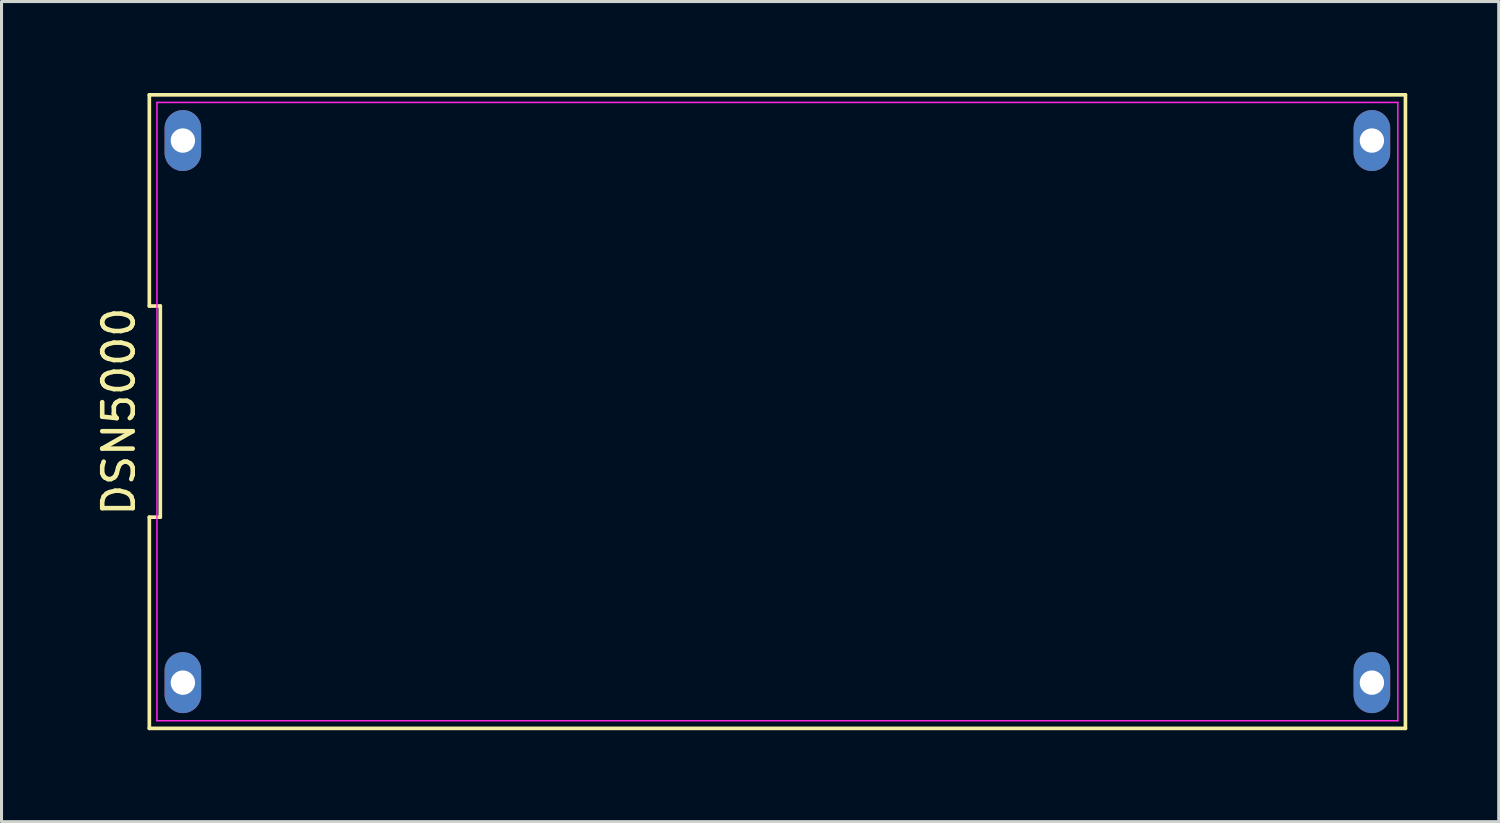
<source format=kicad_pcb>
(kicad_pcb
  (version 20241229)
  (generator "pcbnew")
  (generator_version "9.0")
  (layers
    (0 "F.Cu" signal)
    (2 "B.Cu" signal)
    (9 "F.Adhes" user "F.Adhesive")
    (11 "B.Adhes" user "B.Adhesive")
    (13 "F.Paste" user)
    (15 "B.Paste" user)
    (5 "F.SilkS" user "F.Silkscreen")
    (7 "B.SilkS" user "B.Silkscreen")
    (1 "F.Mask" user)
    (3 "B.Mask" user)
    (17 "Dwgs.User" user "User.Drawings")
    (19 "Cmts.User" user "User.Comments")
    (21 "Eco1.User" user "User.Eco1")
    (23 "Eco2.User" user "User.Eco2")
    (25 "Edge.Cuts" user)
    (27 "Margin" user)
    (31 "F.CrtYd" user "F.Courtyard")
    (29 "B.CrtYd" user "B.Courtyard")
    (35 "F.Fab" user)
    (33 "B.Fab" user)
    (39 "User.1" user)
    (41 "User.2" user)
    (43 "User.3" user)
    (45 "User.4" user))
  (footprint "DSN5000"
    (layer "F.Cu")
    (at 22.448 10.45)
    (property "Reference" "DSN5000" (at -21.6 0 90) (layer "F.SilkS") (effects (font (size 1 1) (thickness 0.15))))
    (attr through_hole)
    (fp_line (start -20.6 -10.39) (end -20.6 -3.463) (stroke (width 0.12) (type solid)) (layer "F.SilkS"))
    (fp_line (start -20.6 -3.463) (end -20.24 -3.463) (stroke (width 0.12) (type solid)) (layer "F.SilkS"))
    (fp_line (start -20.6 3.463) (end -20.6 10.39) (stroke (width 0.12) (type solid)) (layer "F.SilkS"))
    (fp_line (start -20.6 10.39) (end 20.6 10.39) (stroke (width 0.12) (type solid)) (layer "F.SilkS"))
    (fp_line (start -20.24 -3.463) (end -20.24 3.463) (stroke (width 0.12) (type solid)) (layer "F.SilkS"))
    (fp_line (start -20.24 3.463) (end -20.6 3.463) (stroke (width 0.12) (type solid)) (layer "F.SilkS"))
    (fp_line (start 20.6 -10.39) (end -20.6 -10.39) (stroke (width 0.12) (type solid)) (layer "F.SilkS"))
    (fp_line (start 20.6 10.39) (end 20.6 -10.39) (stroke (width 0.12) (type solid)) (layer "F.SilkS"))
    (fp_line (start -20.35 -10.14) (end 20.35 -10.14) (stroke (width 0.05) (type solid)) (layer "F.CrtYd"))
    (fp_line (start -20.35 10.14) (end -20.35 -10.14) (stroke (width 0.05) (type solid)) (layer "F.CrtYd"))
    (fp_line (start 20.35 -10.14) (end 20.35 10.14) (stroke (width 0.05) (type solid)) (layer "F.CrtYd"))
    (fp_line (start 20.35 10.14) (end -20.35 10.14) (stroke (width 0.05) (type solid)) (layer "F.CrtYd"))
    (pad "1" thru_hole oval (at -19.5 8.89) (size 1.2 2) (drill 0.8) (layers "*.Cu" "*.Mask"))
    (pad "2" thru_hole oval (at 19.5 8.89) (size 1.2 2) (drill 0.8) (layers "*.Cu" "*.Mask"))
    (pad "3" thru_hole oval (at 19.5 -8.89) (size 1.2 2) (drill 0.8) (layers "*.Cu" "*.Mask"))
    (pad "4" thru_hole oval (at -19.5 -8.89) (size 1.2 2) (drill 0.8) (layers "*.Cu" "*.Mask")))
  (gr_rect
    (start -3 -3)
    (end 46.108 23.9)
    (stroke (width 0.1) (type default))
    (fill no)
    (layer "Edge.Cuts")))
</source>
